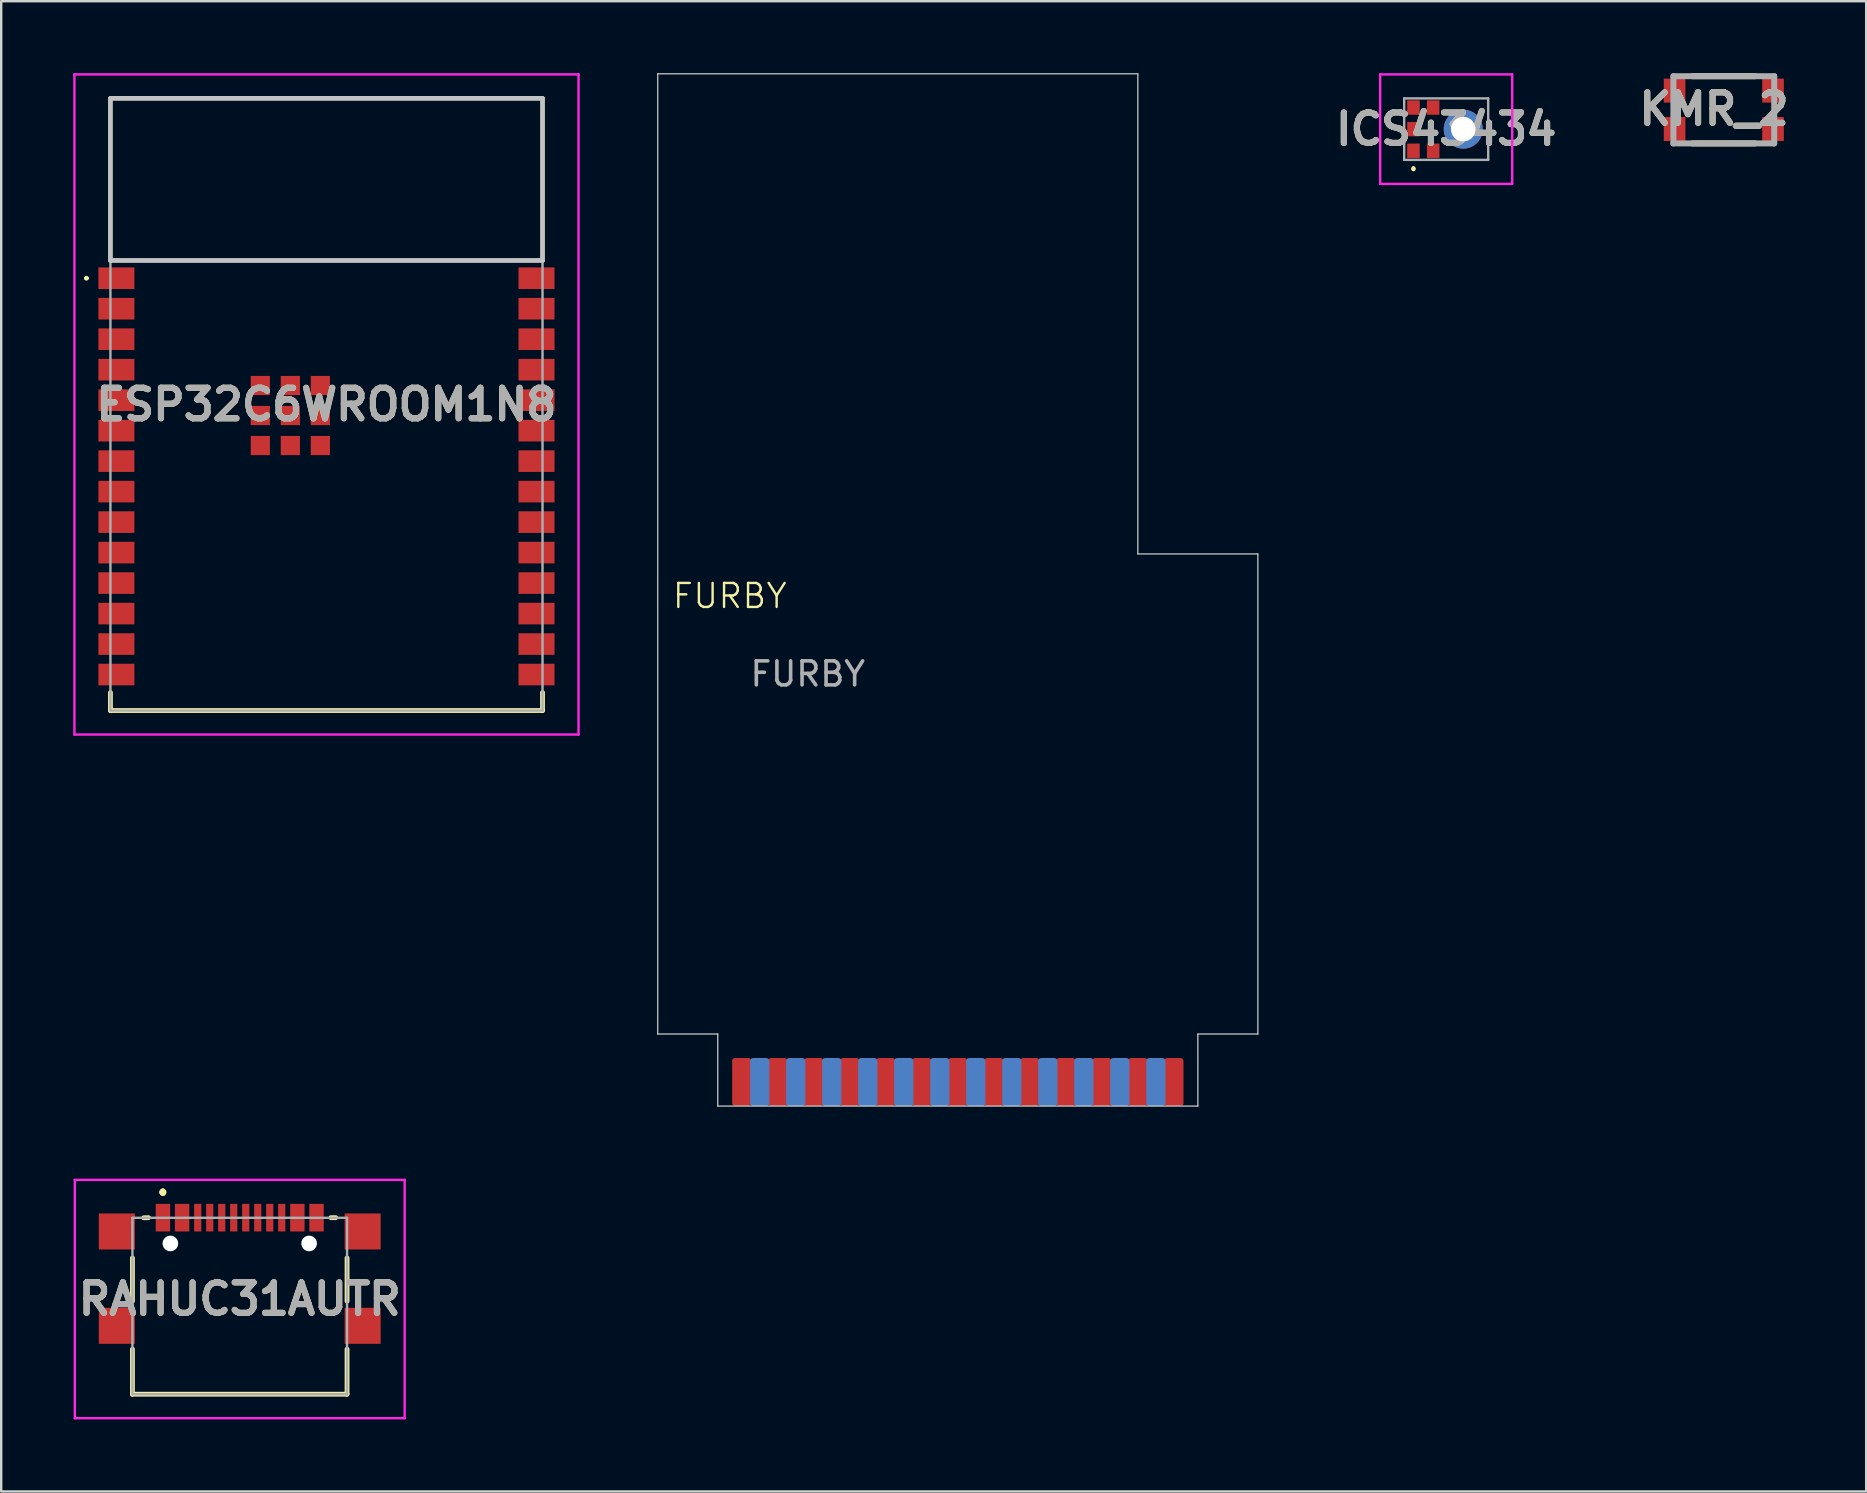
<source format=kicad_pcb>
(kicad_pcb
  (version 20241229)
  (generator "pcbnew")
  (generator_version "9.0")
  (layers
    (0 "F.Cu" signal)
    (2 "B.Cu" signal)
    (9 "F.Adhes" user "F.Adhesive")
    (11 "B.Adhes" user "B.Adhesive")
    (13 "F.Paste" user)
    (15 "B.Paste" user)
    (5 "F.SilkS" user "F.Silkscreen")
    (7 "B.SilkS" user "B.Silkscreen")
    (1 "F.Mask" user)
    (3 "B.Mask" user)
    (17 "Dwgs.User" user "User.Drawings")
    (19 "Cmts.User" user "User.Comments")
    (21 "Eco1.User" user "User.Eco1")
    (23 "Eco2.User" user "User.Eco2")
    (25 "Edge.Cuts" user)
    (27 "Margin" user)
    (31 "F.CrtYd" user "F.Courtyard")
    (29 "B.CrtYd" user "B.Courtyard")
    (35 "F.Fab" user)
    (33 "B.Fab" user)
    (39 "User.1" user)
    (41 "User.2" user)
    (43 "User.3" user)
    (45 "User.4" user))
  (footprint "RAHUC31AUTR"
    (layer "F.Cu")
    (at 6.937 51.065)
    (property "Reference" "RAHUC31AUTR" (at 0 0 0) (layer "F.SilkS") (effects (font (size 1.27 1.27) (thickness 0.254))))
    (attr through_hole)
    (fp_line (start -4.47 -1.712) (end -4.47 0.088) (stroke (width 0.2) (type solid)) (layer "F.SilkS"))
    (fp_line (start -4.47 2.088) (end -4.47 3.965) (stroke (width 0.2) (type solid)) (layer "F.SilkS"))
    (fp_line (start -4.47 3.965) (end 4.47 3.965) (stroke (width 0.2) (type solid)) (layer "F.SilkS"))
    (fp_line (start -4 -3.385) (end -3.8 -3.39) (stroke (width 0.2) (type solid)) (layer "F.SilkS"))
    (fp_line (start -3.2 -4.5) (end -3.2 -4.5) (stroke (width 0.2) (type solid)) (layer "F.SilkS"))
    (fp_line (start -3.2 -4.5) (end -3.2 -4.5) (stroke (width 0.2) (type solid)) (layer "F.SilkS"))
    (fp_line (start -3.2 -4.4) (end -3.2 -4.4) (stroke (width 0.2) (type solid)) (layer "F.SilkS"))
    (fp_line (start 3.8 -3.39) (end 4 -3.39) (stroke (width 0.2) (type solid)) (layer "F.SilkS"))
    (fp_line (start 4.47 0.088) (end 4.47 -1.712) (stroke (width 0.2) (type solid)) (layer "F.SilkS"))
    (fp_line (start 4.47 3.965) (end 4.47 2.088) (stroke (width 0.2) (type solid)) (layer "F.SilkS"))
    (fp_arc (start -3.2 -4.5) (mid -3.15 -4.45) (end -3.2 -4.4) (stroke (width 0.2) (type solid)) (layer "F.SilkS"))
    (fp_arc (start -3.2 -4.4) (mid -3.25 -4.45) (end -3.2 -4.5) (stroke (width 0.2) (type solid)) (layer "F.SilkS"))
    (fp_arc (start -3.2 -4.4) (mid -3.25 -4.45) (end -3.2 -4.5) (stroke (width 0.2) (type solid)) (layer "F.SilkS"))
    (fp_line (start -6.87 -4.965) (end 6.87 -4.965) (stroke (width 0.1) (type solid)) (layer "F.CrtYd"))
    (fp_line (start -6.87 4.965) (end -6.87 -4.965) (stroke (width 0.1) (type solid)) (layer "F.CrtYd"))
    (fp_line (start 6.87 -4.965) (end 6.87 4.965) (stroke (width 0.1) (type solid)) (layer "F.CrtYd"))
    (fp_line (start 6.87 4.965) (end -6.87 4.965) (stroke (width 0.1) (type solid)) (layer "F.CrtYd"))
    (fp_line (start -4.47 -3.385) (end -4.47 3.965) (stroke (width 0.1) (type solid)) (layer "F.Fab"))
    (fp_line (start -4.47 3.965) (end 4.47 3.965) (stroke (width 0.1) (type solid)) (layer "F.Fab"))
    (fp_line (start 4.47 -3.385) (end -4.47 -3.385) (stroke (width 0.1) (type solid)) (layer "F.Fab"))
    (fp_line (start 4.47 3.965) (end 4.47 -3.385) (stroke (width 0.1) (type solid)) (layer "F.Fab"))
    (fp_text user "${REFERENCE}" (at 0 0 0) (layer "F.Fab") (effects (font (size 1.27 1.27) (thickness 0.254))))
    (pad "" np_thru_hole circle (at -2.89 -2.315) (size 0.65 0.65) (drill 0.65) (layers "*.Cu" "*.Mask"))
    (pad "" np_thru_hole circle (at 2.89 -2.315) (size 0.65 0.65) (drill 0.65) (layers "*.Cu" "*.Mask"))
    (pad "A1" smd rect (at -3.2 -3.39) (size 0.6 1.15) (layers "F.Cu" "F.Mask" "F.Paste"))
    (pad "A4" smd rect (at -2.4 -3.39) (size 0.6 1.15) (layers "F.Cu" "F.Mask" "F.Paste"))
    (pad "A5" smd rect (at -1.25 -3.39) (size 0.3 1.15) (layers "F.Cu" "F.Mask" "F.Paste"))
    (pad "A6" smd rect (at -0.25 -3.39) (size 0.3 1.15) (layers "F.Cu" "F.Mask" "F.Paste"))
    (pad "A7" smd rect (at 0.25 -3.39) (size 0.3 1.15) (layers "F.Cu" "F.Mask" "F.Paste"))
    (pad "A8" smd rect (at 1.25 -3.39) (size 0.3 1.15) (layers "F.Cu" "F.Mask" "F.Paste"))
    (pad "A9" smd rect (at 2.4 -3.39) (size 0.6 1.15) (layers "F.Cu" "F.Mask" "F.Paste"))
    (pad "A12" smd rect (at 3.2 -3.39) (size 0.6 1.15) (layers "F.Cu" "F.Mask" "F.Paste"))
    (pad "B5" smd rect (at 1.75 -3.39) (size 0.3 1.15) (layers "F.Cu" "F.Mask" "F.Paste"))
    (pad "B6" smd rect (at 0.75 -3.39) (size 0.3 1.15) (layers "F.Cu" "F.Mask" "F.Paste"))
    (pad "B7" smd rect (at -0.75 -3.39) (size 0.3 1.15) (layers "F.Cu" "F.Mask" "F.Paste"))
    (pad "B8" smd rect (at -1.75 -3.39) (size 0.3 1.15) (layers "F.Cu" "F.Mask" "F.Paste"))
    (pad "MP1" smd rect (at -5.12 -2.815 90) (size 1.5 1.5) (layers "F.Cu" "F.Mask" "F.Paste"))
    (pad "MP2" smd rect (at 5.12 -2.815 90) (size 1.5 1.5) (layers "F.Cu" "F.Mask" "F.Paste"))
    (pad "MP3" smd rect (at -5.12 1.115 90) (size 1.5 1.5) (layers "F.Cu" "F.Mask" "F.Paste"))
    (pad "MP4" smd rect (at 5.12 1.115 90) (size 1.5 1.5) (layers "F.Cu" "F.Mask" "F.Paste")))
  (footprint "KMR_2"
    (layer "F.Cu")
    (at 68.76 1.525)
    (property "Reference" "KMR_2" (at -0.407 -0.033 0) (layer "F.SilkS") (effects (font (size 1.27 1.27) (thickness 0.254))))
    (attr smd)
    (fp_line (start -1.3 -1.4) (end 1.3 -1.4) (stroke (width 0.25) (type solid)) (layer "F.SilkS"))
    (fp_line (start -1.3 1.4) (end 1.3 1.4) (stroke (width 0.25) (type solid)) (layer "F.SilkS"))
    (fp_line (start -2.1 -1.4) (end 2.1 -1.4) (stroke (width 0.25) (type solid)) (layer "F.Fab"))
    (fp_line (start -2.1 1.4) (end -2.1 -1.4) (stroke (width 0.25) (type solid)) (layer "F.Fab"))
    (fp_line (start 2.1 -1.4) (end 2.1 1.4) (stroke (width 0.25) (type solid)) (layer "F.Fab"))
    (fp_line (start 2.1 1.4) (end -2.1 1.4) (stroke (width 0.25) (type solid)) (layer "F.Fab"))
    (fp_text user "${REFERENCE}" (at -0.407 -0.033 0) (layer "F.Fab") (effects (font (size 1.27 1.27) (thickness 0.254))))
    (pad "1" smd rect (at -2.05 0.8) (size 0.9 1) (layers "F.Cu" "F.Mask" "F.Paste"))
    (pad "2" smd rect (at -2.05 -0.8) (size 0.9 1) (layers "F.Cu" "F.Mask" "F.Paste"))
    (pad "3" smd rect (at 2.05 0.8) (size 0.9 1) (layers "F.Cu" "F.Mask" "F.Paste"))
    (pad "4" smd rect (at 2.05 -0.8) (size 0.9 1) (layers "F.Cu" "F.Mask" "F.Paste")))
  (footprint "ESP32C6WROOM1N8"
    (layer "F.Cu")
    (at 10.55 13.8)
    (property "Reference" "ESP32C6WROOM1N8" (at 0 0 0) (layer "F.SilkS") (effects (font (size 1.27 1.27) (thickness 0.254))))
    (attr smd)
    (fp_line (start -10.05 -5.26) (end -10.05 -5.26) (stroke (width 0.1) (type solid)) (layer "F.SilkS"))
    (fp_line (start -9.95 -5.26) (end -9.95 -5.26) (stroke (width 0.1) (type solid)) (layer "F.SilkS"))
    (fp_line (start -9 12.75) (end -9 12) (stroke (width 0.2) (type solid)) (layer "F.SilkS"))
    (fp_line (start 9 12) (end 9 12.75) (stroke (width 0.2) (type solid)) (layer "F.SilkS"))
    (fp_line (start 9 12.75) (end -9 12.75) (stroke (width 0.2) (type solid)) (layer "F.SilkS"))
    (fp_arc (start -10.05 -5.26) (mid -10 -5.31) (end -9.95 -5.26) (stroke (width 0.1) (type solid)) (layer "F.SilkS"))
    (fp_arc (start -9.95 -5.26) (mid -10 -5.21) (end -10.05 -5.26) (stroke (width 0.1) (type solid)) (layer "F.SilkS"))
    (fp_line (start -9 -12.75) (end 9 -12.75) (stroke (width 0.2) (type solid)) (layer "Dwgs.User"))
    (fp_line (start -9 -6) (end -9 -12.75) (stroke (width 0.2) (type solid)) (layer "Dwgs.User"))
    (fp_line (start -9 -6) (end 9 -6) (stroke (width 0.2) (type solid)) (layer "Dwgs.User"))
    (fp_line (start 9 -12.75) (end 9 -6) (stroke (width 0.2) (type solid)) (layer "Dwgs.User"))
    (fp_line (start -10.5 -13.75) (end 10.5 -13.75) (stroke (width 0.1) (type solid)) (layer "F.CrtYd"))
    (fp_line (start -10.5 13.75) (end -10.5 -13.75) (stroke (width 0.1) (type solid)) (layer "F.CrtYd"))
    (fp_line (start 10.5 -13.75) (end 10.5 13.75) (stroke (width 0.1) (type solid)) (layer "F.CrtYd"))
    (fp_line (start 10.5 13.75) (end -10.5 13.75) (stroke (width 0.1) (type solid)) (layer "F.CrtYd"))
    (fp_line (start -9 -12.75) (end -9 12.75) (stroke (width 0.1) (type solid)) (layer "F.Fab"))
    (fp_line (start -9 12.75) (end 9 12.75) (stroke (width 0.1) (type solid)) (layer "F.Fab"))
    (fp_line (start 9 -12.75) (end -9 -12.75) (stroke (width 0.1) (type solid)) (layer "F.Fab"))
    (fp_line (start 9 12.75) (end 9 -12.75) (stroke (width 0.1) (type solid)) (layer "F.Fab"))
    (fp_text user "${REFERENCE}" (at 0 0 0) (layer "F.Fab") (effects (font (size 1.27 1.27) (thickness 0.254))))
    (pad "1" smd rect (at -8.75 -5.26 90) (size 0.9 1.5) (layers "F.Cu" "F.Mask" "F.Paste"))
    (pad "2" smd rect (at -8.75 -3.99 90) (size 0.9 1.5) (layers "F.Cu" "F.Mask" "F.Paste"))
    (pad "3" smd rect (at -8.75 -2.72 90) (size 0.9 1.5) (layers "F.Cu" "F.Mask" "F.Paste"))
    (pad "4" smd rect (at -8.75 -1.45 90) (size 0.9 1.5) (layers "F.Cu" "F.Mask" "F.Paste"))
    (pad "5" smd rect (at -8.75 -0.18 90) (size 0.9 1.5) (layers "F.Cu" "F.Mask" "F.Paste"))
    (pad "6" smd rect (at -8.75 1.09 90) (size 0.9 1.5) (layers "F.Cu" "F.Mask" "F.Paste"))
    (pad "7" smd rect (at -8.75 2.36 90) (size 0.9 1.5) (layers "F.Cu" "F.Mask" "F.Paste"))
    (pad "8" smd rect (at -8.75 3.63 90) (size 0.9 1.5) (layers "F.Cu" "F.Mask" "F.Paste"))
    (pad "9" smd rect (at -8.75 4.9 90) (size 0.9 1.5) (layers "F.Cu" "F.Mask" "F.Paste"))
    (pad "10" smd rect (at -8.75 6.17 90) (size 0.9 1.5) (layers "F.Cu" "F.Mask" "F.Paste"))
    (pad "11" smd rect (at -8.75 7.44 90) (size 0.9 1.5) (layers "F.Cu" "F.Mask" "F.Paste"))
    (pad "12" smd rect (at -8.75 8.71 90) (size 0.9 1.5) (layers "F.Cu" "F.Mask" "F.Paste"))
    (pad "13" smd rect (at -8.75 9.98 90) (size 0.9 1.5) (layers "F.Cu" "F.Mask" "F.Paste"))
    (pad "14" smd rect (at -8.75 11.25 90) (size 0.9 1.5) (layers "F.Cu" "F.Mask" "F.Paste"))
    (pad "15" smd rect (at 8.75 11.25 90) (size 0.9 1.5) (layers "F.Cu" "F.Mask" "F.Paste"))
    (pad "16" smd rect (at 8.75 9.98 90) (size 0.9 1.5) (layers "F.Cu" "F.Mask" "F.Paste"))
    (pad "17" smd rect (at 8.75 8.71 90) (size 0.9 1.5) (layers "F.Cu" "F.Mask" "F.Paste"))
    (pad "18" smd rect (at 8.75 7.44 90) (size 0.9 1.5) (layers "F.Cu" "F.Mask" "F.Paste"))
    (pad "19" smd rect (at 8.75 6.17 90) (size 0.9 1.5) (layers "F.Cu" "F.Mask" "F.Paste"))
    (pad "20" smd rect (at 8.75 4.9 90) (size 0.9 1.5) (layers "F.Cu" "F.Mask" "F.Paste"))
    (pad "21" smd rect (at 8.75 3.63 90) (size 0.9 1.5) (layers "F.Cu" "F.Mask" "F.Paste"))
    (pad "22" smd rect (at 8.75 2.36 90) (size 0.9 1.5) (layers "F.Cu" "F.Mask" "F.Paste"))
    (pad "23" smd rect (at 8.75 1.09 90) (size 0.9 1.5) (layers "F.Cu" "F.Mask" "F.Paste"))
    (pad "24" smd rect (at 8.75 -0.18 90) (size 0.9 1.5) (layers "F.Cu" "F.Mask" "F.Paste"))
    (pad "25" smd rect (at 8.75 -1.45 90) (size 0.9 1.5) (layers "F.Cu" "F.Mask" "F.Paste"))
    (pad "26" smd rect (at 8.75 -2.72 90) (size 0.9 1.5) (layers "F.Cu" "F.Mask" "F.Paste"))
    (pad "27" smd rect (at 8.75 -3.99 90) (size 0.9 1.5) (layers "F.Cu" "F.Mask" "F.Paste"))
    (pad "28" smd rect (at 8.75 -5.26 90) (size 0.9 1.5) (layers "F.Cu" "F.Mask" "F.Paste"))
    (pad "29" smd rect (at -1.505 0.46 90) (size 0.8 0.8) (layers "F.Cu" "F.Mask" "F.Paste"))
    (pad "30" smd rect (at -2.755 -0.79 90) (size 0.8 0.8) (layers "F.Cu" "F.Mask" "F.Paste"))
    (pad "31" smd rect (at -2.755 0.46 90) (size 0.8 0.8) (layers "F.Cu" "F.Mask" "F.Paste"))
    (pad "32" smd rect (at -2.755 1.71 90) (size 0.8 0.8) (layers "F.Cu" "F.Mask" "F.Paste"))
    (pad "33" smd rect (at -1.505 1.71 90) (size 0.8 0.8) (layers "F.Cu" "F.Mask" "F.Paste"))
    (pad "34" smd rect (at -0.255 1.71 90) (size 0.8 0.8) (layers "F.Cu" "F.Mask" "F.Paste"))
    (pad "35" smd rect (at -0.255 0.46 90) (size 0.8 0.8) (layers "F.Cu" "F.Mask" "F.Paste"))
    (pad "36" smd rect (at -0.255 -0.79 90) (size 0.8 0.8) (layers "F.Cu" "F.Mask" "F.Paste"))
    (pad "37" smd rect (at -1.505 -0.79 90) (size 0.8 0.8) (layers "F.Cu" "F.Mask" "F.Paste")))
  (footprint "FURBY"
    (layer "F.Cu")
    (at 24.35 20.025)
    (property "Reference" "FURBY" (at 3 1.75 0) (unlocked yes) (layer "F.SilkS") (effects (font (size 1 1) (thickness 0.1))))
    (attr smd)
    (fp_line (start 0 -20) (end 20 -20) (stroke (width 0.05) (type default)) (layer "Edge.Cuts"))
    (fp_line (start 0 20) (end 0 -20) (stroke (width 0.05) (type default)) (layer "Edge.Cuts"))
    (fp_line (start 2.5 20) (end 0 20) (stroke (width 0.05) (type default)) (layer "Edge.Cuts"))
    (fp_line (start 2.5 23) (end 2.5 20) (stroke (width 0.05) (type default)) (layer "Edge.Cuts"))
    (fp_line (start 20 -20) (end 20 0) (stroke (width 0.05) (type default)) (layer "Edge.Cuts"))
    (fp_line (start 20 0) (end 25 0) (stroke (width 0.05) (type default)) (layer "Edge.Cuts"))
    (fp_line (start 22.5 20) (end 22.5 23) (stroke (width 0.05) (type default)) (layer "Edge.Cuts"))
    (fp_line (start 22.5 23) (end 2.5 23) (stroke (width 0.05) (type default)) (layer "Edge.Cuts"))
    (fp_line (start 25 0) (end 25 20) (stroke (width 0.05) (type default)) (layer "Edge.Cuts"))
    (fp_line (start 25 20) (end 22.5 20) (stroke (width 0.05) (type default)) (layer "Edge.Cuts"))
    (fp_text user "${REFERENCE}" (at 6.25 5 0) (unlocked yes) (layer "F.Fab") (effects (font (size 1 1) (thickness 0.15))))
    (pad "1" smd roundrect (at 4.25 22 90) (size 2 0.8) (layers "B.Cu" "B.Mask" "B.Paste") (roundrect_rratio 0.15))
    (pad "2" smd roundrect (at 5.75 22 90) (size 2 0.8) (layers "B.Cu" "B.Mask" "B.Paste") (roundrect_rratio 0.15))
    (pad "3" smd roundrect (at 7.25 22 90) (size 2 0.8) (layers "B.Cu" "B.Mask" "B.Paste") (roundrect_rratio 0.15))
    (pad "4" smd roundrect (at 8.75 22 90) (size 2 0.8) (layers "B.Cu" "B.Mask" "B.Paste") (roundrect_rratio 0.15))
    (pad "5" smd roundrect (at 10.25 22 90) (size 2 0.8) (layers "B.Cu" "B.Mask" "B.Paste") (roundrect_rratio 0.15))
    (pad "6" smd roundrect (at 11.75 22 90) (size 2 0.8) (layers "B.Cu" "B.Mask" "B.Paste") (roundrect_rratio 0.15))
    (pad "7" smd roundrect (at 13.25 22 90) (size 2 0.8) (layers "B.Cu" "B.Mask" "B.Paste") (roundrect_rratio 0.15))
    (pad "8" smd roundrect (at 14.75 22 90) (size 2 0.8) (layers "B.Cu" "B.Mask" "B.Paste") (roundrect_rratio 0.15))
    (pad "9" smd roundrect (at 16.25 22 90) (size 2 0.8) (layers "B.Cu" "B.Mask" "B.Paste") (roundrect_rratio 0.15))
    (pad "10" smd roundrect (at 17.75 22 90) (size 2 0.8) (layers "B.Cu" "B.Mask" "B.Paste") (roundrect_rratio 0.15))
    (pad "11" smd roundrect (at 19.25 22 90) (size 2 0.8) (layers "B.Cu" "B.Mask" "B.Paste") (roundrect_rratio 0.15))
    (pad "12" smd roundrect (at 20.75 22 90) (size 2 0.8) (layers "B.Cu" "B.Mask" "B.Paste") (roundrect_rratio 0.15))
    (pad "13" smd roundrect (at 21.5 22 270) (size 2 0.8) (layers "F.Cu" "F.Mask" "F.Paste") (roundrect_rratio 0.15))
    (pad "14" smd roundrect (at 20 22 270) (size 2 0.8) (layers "F.Cu" "F.Mask" "F.Paste") (roundrect_rratio 0.15))
    (pad "15" smd roundrect (at 18.5 22 270) (size 2 0.8) (layers "F.Cu" "F.Mask" "F.Paste") (roundrect_rratio 0.15))
    (pad "16" smd roundrect (at 17 22 270) (size 2 0.8) (layers "F.Cu" "F.Mask" "F.Paste") (roundrect_rratio 0.15))
    (pad "17" smd roundrect (at 15.5 22 270) (size 2 0.8) (layers "F.Cu" "F.Mask" "F.Paste") (roundrect_rratio 0.15))
    (pad "18" smd roundrect (at 14 22 270) (size 2 0.8) (layers "F.Cu" "F.Mask" "F.Paste") (roundrect_rratio 0.15))
    (pad "19" smd roundrect (at 12.5 22 270) (size 2 0.8) (layers "F.Cu" "F.Mask" "F.Paste") (roundrect_rratio 0.15))
    (pad "20" smd roundrect (at 11 22 270) (size 2 0.8) (layers "F.Cu" "F.Mask" "F.Paste") (roundrect_rratio 0.15))
    (pad "21" smd roundrect (at 9.5 22 270) (size 2 0.8) (layers "F.Cu" "F.Mask" "F.Paste") (roundrect_rratio 0.15))
    (pad "22" smd roundrect (at 8 22 270) (size 2 0.8) (layers "F.Cu" "F.Mask" "F.Paste") (roundrect_rratio 0.15))
    (pad "23" smd roundrect (at 6.5 22 270) (size 2 0.8) (layers "F.Cu" "F.Mask" "F.Paste") (roundrect_rratio 0.15))
    (pad "24" smd roundrect (at 5 22 270) (size 2 0.8) (layers "F.Cu" "F.Mask" "F.Paste") (roundrect_rratio 0.15))
    (pad "25" smd roundrect (at 3.5 22 270) (size 2 0.8) (layers "F.Cu" "F.Mask" "F.Paste") (roundrect_rratio 0.15)))
  (footprint "ICS43434"
    (layer "F.Cu")
    (at 57.195 2.33)
    (property "Reference" "ICS43434" (at 0 0 0) (layer "F.SilkS") (effects (font (size 1.27 1.27) (thickness 0.254))))
    (attr through_hole)
    (fp_line (start -1.364 1.6) (end -1.364 1.6) (stroke (width 0.1) (type solid)) (layer "F.SilkS"))
    (fp_line (start -1.364 1.7) (end -1.364 1.7) (stroke (width 0.1) (type solid)) (layer "F.SilkS"))
    (fp_arc (start -1.364 1.6) (mid -1.314 1.65) (end -1.364 1.7) (stroke (width 0.1) (type solid)) (layer "F.SilkS"))
    (fp_arc (start -1.364 1.7) (mid -1.414 1.65) (end -1.364 1.6) (stroke (width 0.1) (type solid)) (layer "F.SilkS"))
    (fp_line (start -2.75 -2.28) (end 2.75 -2.28) (stroke (width 0.1) (type solid)) (layer "F.CrtYd"))
    (fp_line (start -2.75 2.28) (end -2.75 -2.28) (stroke (width 0.1) (type solid)) (layer "F.CrtYd"))
    (fp_line (start 2.75 -2.28) (end 2.75 2.28) (stroke (width 0.1) (type solid)) (layer "F.CrtYd"))
    (fp_line (start 2.75 2.28) (end -2.75 2.28) (stroke (width 0.1) (type solid)) (layer "F.CrtYd"))
    (fp_line (start -1.75 -1.28) (end 1.75 -1.28) (stroke (width 0.1) (type solid)) (layer "F.Fab"))
    (fp_line (start -1.75 1.28) (end -1.75 -1.28) (stroke (width 0.1) (type solid)) (layer "F.Fab"))
    (fp_line (start 1.75 -1.28) (end 1.75 1.28) (stroke (width 0.1) (type solid)) (layer "F.Fab"))
    (fp_line (start 1.75 1.28) (end -1.75 1.28) (stroke (width 0.1) (type solid)) (layer "F.Fab"))
    (fp_text user "${REFERENCE}" (at 0 0 0) (layer "F.Fab") (effects (font (size 1.27 1.27) (thickness 0.254))))
    (pad "1" smd rect (at -1.364 0.9) (size 0.522 0.6) (layers "F.Cu" "F.Mask" "F.Paste"))
    (pad "2" smd rect (at -0.542 0.9) (size 0.522 0.6) (layers "F.Cu" "F.Mask" "F.Paste"))
    (pad "3" thru_hole circle (at 0.71 0) (size 1.625 1.625) (drill 1.025) (layers "*.Cu" "*.Mask"))
    (pad "4" smd rect (at -0.542 -0.9) (size 0.522 0.6) (layers "F.Cu" "F.Mask" "F.Paste"))
    (pad "5" smd rect (at -1.364 -0.9) (size 0.522 0.6) (layers "F.Cu" "F.Mask" "F.Paste"))
    (pad "6" smd rect (at -1.364 0) (size 0.522 0.6) (layers "F.Cu" "F.Mask" "F.Paste")))
  (gr_rect
    (start -3 -3)
    (end 74.691 59.08)
    (stroke (width 0.1) (type default))
    (fill no)
    (layer "Edge.Cuts")))
</source>
